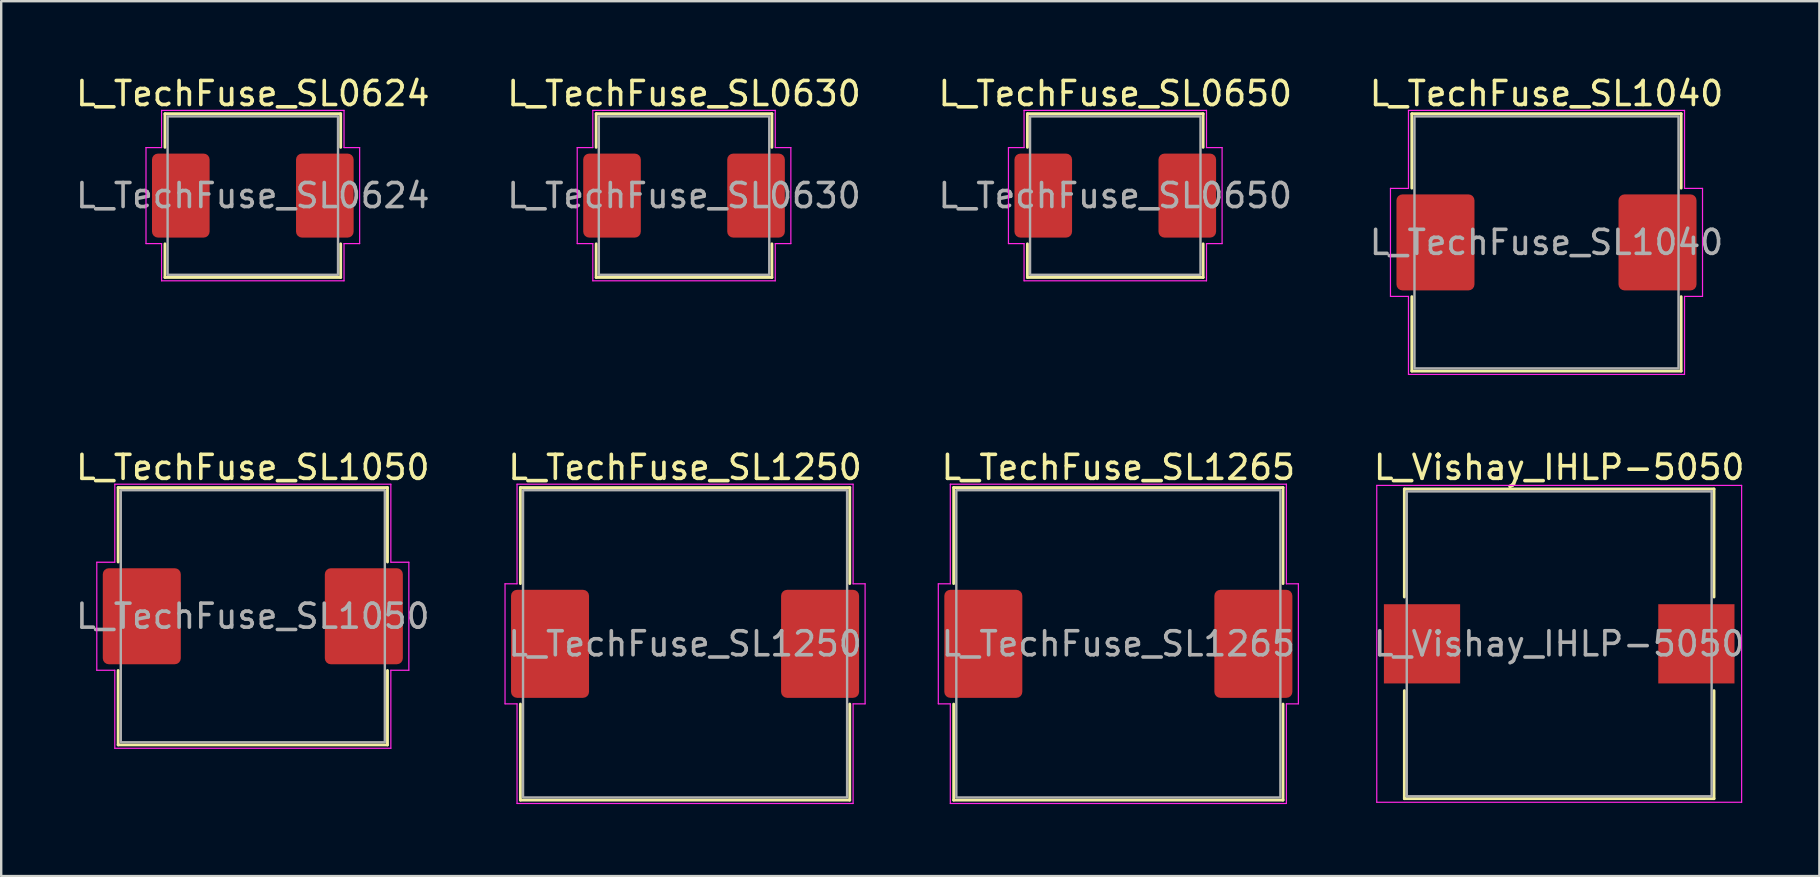
<source format=kicad_pcb>
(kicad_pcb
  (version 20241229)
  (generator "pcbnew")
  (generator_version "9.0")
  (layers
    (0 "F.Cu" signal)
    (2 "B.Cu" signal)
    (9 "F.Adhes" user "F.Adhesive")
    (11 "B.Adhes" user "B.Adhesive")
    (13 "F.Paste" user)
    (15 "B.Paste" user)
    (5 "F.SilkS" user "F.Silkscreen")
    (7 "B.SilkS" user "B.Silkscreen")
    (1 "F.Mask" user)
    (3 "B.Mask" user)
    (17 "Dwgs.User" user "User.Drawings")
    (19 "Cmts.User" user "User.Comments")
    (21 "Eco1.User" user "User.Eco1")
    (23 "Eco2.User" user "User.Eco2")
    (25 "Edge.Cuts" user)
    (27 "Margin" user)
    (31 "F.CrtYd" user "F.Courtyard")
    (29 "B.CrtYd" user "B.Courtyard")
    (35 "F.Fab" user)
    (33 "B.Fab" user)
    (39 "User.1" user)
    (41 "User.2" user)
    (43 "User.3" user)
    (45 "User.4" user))
  (footprint "L_TechFuse_SL0630"
    (layer "F.Cu")
    (at 25.446 5.098)
    (property "Reference" "L_TechFuse_SL0630" (at 0 -4.25 0) (layer "F.SilkS") (effects (font (size 1 1) (thickness 0.15))))
    (attr smd)
    (fp_line (start -3.66 -3.41) (end 3.66 -3.41) (stroke (width 0.12) (type solid)) (layer "F.SilkS"))
    (fp_line (start -3.66 -2.01) (end -3.66 -3.41) (stroke (width 0.12) (type solid)) (layer "F.SilkS"))
    (fp_line (start -3.66 3.41) (end -3.66 2.01) (stroke (width 0.12) (type solid)) (layer "F.SilkS"))
    (fp_line (start 3.66 -3.41) (end 3.66 -2.01) (stroke (width 0.12) (type solid)) (layer "F.SilkS"))
    (fp_line (start 3.66 2.01) (end 3.66 3.41) (stroke (width 0.12) (type solid)) (layer "F.SilkS"))
    (fp_line (start 3.66 3.41) (end -3.66 3.41) (stroke (width 0.12) (type solid)) (layer "F.SilkS"))
    (fp_line (start -4.45 -2) (end -3.8 -2) (stroke (width 0.05) (type solid)) (layer "F.CrtYd"))
    (fp_line (start -4.45 2) (end -4.45 -2) (stroke (width 0.05) (type solid)) (layer "F.CrtYd"))
    (fp_line (start -3.8 -3.55) (end 3.8 -3.55) (stroke (width 0.05) (type solid)) (layer "F.CrtYd"))
    (fp_line (start -3.8 -2) (end -3.8 -3.55) (stroke (width 0.05) (type solid)) (layer "F.CrtYd"))
    (fp_line (start -3.8 2) (end -4.45 2) (stroke (width 0.05) (type solid)) (layer "F.CrtYd"))
    (fp_line (start -3.8 3.55) (end -3.8 2) (stroke (width 0.05) (type solid)) (layer "F.CrtYd"))
    (fp_line (start 3.8 -3.55) (end 3.8 -2) (stroke (width 0.05) (type solid)) (layer "F.CrtYd"))
    (fp_line (start 3.8 -2) (end 4.45 -2) (stroke (width 0.05) (type solid)) (layer "F.CrtYd"))
    (fp_line (start 3.8 2) (end 3.8 3.55) (stroke (width 0.05) (type solid)) (layer "F.CrtYd"))
    (fp_line (start 3.8 3.55) (end -3.8 3.55) (stroke (width 0.05) (type solid)) (layer "F.CrtYd"))
    (fp_line (start 4.45 -2) (end 4.45 2) (stroke (width 0.05) (type solid)) (layer "F.CrtYd"))
    (fp_line (start 4.45 2) (end 3.8 2) (stroke (width 0.05) (type solid)) (layer "F.CrtYd"))
    (fp_rect (start -3.55 -3.3) (end 3.55 3.3) (stroke (width 0.1) (type solid)) (fill no) (layer "F.Fab"))
    (fp_text user "${REFERENCE}" (at 0 0 0) (layer "F.Fab") (effects (font (size 1 1) (thickness 0.15))))
    (pad "1" smd roundrect (at -3 0) (size 2.4 3.5) (layers "F.Cu" "F.Mask" "F.Paste") (roundrect_rratio 0.104))
    (pad "2" smd roundrect (at 3 0) (size 2.4 3.5) (layers "F.Cu" "F.Mask" "F.Paste") (roundrect_rratio 0.104)))
  (footprint "L_Vishay_IHLP-5050"
    (layer "F.Cu")
    (at 61.904 23.771)
    (property "Reference" "L_Vishay_IHLP-5050" (at 0 -7.35 0) (layer "F.SilkS") (effects (font (size 1 1) (thickness 0.15))))
    (attr smd)
    (fp_line (start -6.45 -6.45) (end 6.45 -6.45) (stroke (width 0.12) (type solid)) (layer "F.SilkS"))
    (fp_line (start -6.45 -1.95) (end -6.45 -6.45) (stroke (width 0.12) (type solid)) (layer "F.SilkS"))
    (fp_line (start -6.45 1.95) (end -6.45 6.45) (stroke (width 0.12) (type solid)) (layer "F.SilkS"))
    (fp_line (start -6.45 6.45) (end 6.45 6.45) (stroke (width 0.12) (type solid)) (layer "F.SilkS"))
    (fp_line (start 6.45 -6.45) (end 6.45 -1.95) (stroke (width 0.12) (type solid)) (layer "F.SilkS"))
    (fp_line (start 6.45 6.45) (end 6.45 1.95) (stroke (width 0.12) (type solid)) (layer "F.SilkS"))
    (fp_line (start -7.6 -6.6) (end -7.6 6.6) (stroke (width 0.05) (type solid)) (layer "F.CrtYd"))
    (fp_line (start -7.6 6.6) (end 7.6 6.6) (stroke (width 0.05) (type solid)) (layer "F.CrtYd"))
    (fp_line (start 7.6 -6.6) (end -7.6 -6.6) (stroke (width 0.05) (type solid)) (layer "F.CrtYd"))
    (fp_line (start 7.6 6.6) (end 7.6 -6.6) (stroke (width 0.05) (type solid)) (layer "F.CrtYd"))
    (fp_line (start -6.35 -6.35) (end -6.35 6.35) (stroke (width 0.1) (type solid)) (layer "F.Fab"))
    (fp_line (start -6.35 6.35) (end 6.35 6.35) (stroke (width 0.1) (type solid)) (layer "F.Fab"))
    (fp_line (start 6.35 -6.35) (end -6.35 -6.35) (stroke (width 0.1) (type solid)) (layer "F.Fab"))
    (fp_line (start 6.35 6.35) (end 6.35 -6.35) (stroke (width 0.1) (type solid)) (layer "F.Fab"))
    (fp_text user "${REFERENCE}" (at 0 0 0) (layer "F.Fab") (effects (font (size 1 1) (thickness 0.15))))
    (pad "1" smd rect (at -5.715 0) (size 3.175 3.3) (layers "F.Cu" "F.Mask" "F.Paste"))
    (pad "2" smd rect (at 5.715 0) (size 3.175 3.3) (layers "F.Cu" "F.Mask" "F.Paste")))
  (footprint "L_TechFuse_SL0624"
    (layer "F.Cu")
    (at 7.482 5.098)
    (property "Reference" "L_TechFuse_SL0624" (at 0 -4.25 0) (layer "F.SilkS") (effects (font (size 1 1) (thickness 0.15))))
    (attr smd)
    (fp_line (start -3.66 -3.41) (end 3.66 -3.41) (stroke (width 0.12) (type solid)) (layer "F.SilkS"))
    (fp_line (start -3.66 -2.01) (end -3.66 -3.41) (stroke (width 0.12) (type solid)) (layer "F.SilkS"))
    (fp_line (start -3.66 3.41) (end -3.66 2.01) (stroke (width 0.12) (type solid)) (layer "F.SilkS"))
    (fp_line (start 3.66 -3.41) (end 3.66 -2.01) (stroke (width 0.12) (type solid)) (layer "F.SilkS"))
    (fp_line (start 3.66 2.01) (end 3.66 3.41) (stroke (width 0.12) (type solid)) (layer "F.SilkS"))
    (fp_line (start 3.66 3.41) (end -3.66 3.41) (stroke (width 0.12) (type solid)) (layer "F.SilkS"))
    (fp_line (start -4.45 -2) (end -3.8 -2) (stroke (width 0.05) (type solid)) (layer "F.CrtYd"))
    (fp_line (start -4.45 2) (end -4.45 -2) (stroke (width 0.05) (type solid)) (layer "F.CrtYd"))
    (fp_line (start -3.8 -3.55) (end 3.8 -3.55) (stroke (width 0.05) (type solid)) (layer "F.CrtYd"))
    (fp_line (start -3.8 -2) (end -3.8 -3.55) (stroke (width 0.05) (type solid)) (layer "F.CrtYd"))
    (fp_line (start -3.8 2) (end -4.45 2) (stroke (width 0.05) (type solid)) (layer "F.CrtYd"))
    (fp_line (start -3.8 3.55) (end -3.8 2) (stroke (width 0.05) (type solid)) (layer "F.CrtYd"))
    (fp_line (start 3.8 -3.55) (end 3.8 -2) (stroke (width 0.05) (type solid)) (layer "F.CrtYd"))
    (fp_line (start 3.8 -2) (end 4.45 -2) (stroke (width 0.05) (type solid)) (layer "F.CrtYd"))
    (fp_line (start 3.8 2) (end 3.8 3.55) (stroke (width 0.05) (type solid)) (layer "F.CrtYd"))
    (fp_line (start 3.8 3.55) (end -3.8 3.55) (stroke (width 0.05) (type solid)) (layer "F.CrtYd"))
    (fp_line (start 4.45 -2) (end 4.45 2) (stroke (width 0.05) (type solid)) (layer "F.CrtYd"))
    (fp_line (start 4.45 2) (end 3.8 2) (stroke (width 0.05) (type solid)) (layer "F.CrtYd"))
    (fp_rect (start -3.55 -3.3) (end 3.55 3.3) (stroke (width 0.1) (type solid)) (fill no) (layer "F.Fab"))
    (fp_text user "${REFERENCE}" (at 0 0 0) (layer "F.Fab") (effects (font (size 1 1) (thickness 0.15))))
    (pad "1" smd roundrect (at -3 0) (size 2.4 3.5) (layers "F.Cu" "F.Mask" "F.Paste") (roundrect_rratio 0.104))
    (pad "2" smd roundrect (at 3 0) (size 2.4 3.5) (layers "F.Cu" "F.Mask" "F.Paste") (roundrect_rratio 0.104)))
  (footprint "L_TechFuse_SL1050"
    (layer "F.Cu")
    (at 7.482 22.622)
    (property "Reference" "L_TechFuse_SL1050" (at 0 -6.2 0) (layer "F.SilkS") (effects (font (size 1 1) (thickness 0.15))))
    (attr smd)
    (fp_line (start -5.61 -5.36) (end 5.61 -5.36) (stroke (width 0.12) (type solid)) (layer "F.SilkS"))
    (fp_line (start -5.61 -2.26) (end -5.61 -5.36) (stroke (width 0.12) (type solid)) (layer "F.SilkS"))
    (fp_line (start -5.61 5.36) (end -5.61 2.26) (stroke (width 0.12) (type solid)) (layer "F.SilkS"))
    (fp_line (start 5.61 -5.36) (end 5.61 -2.26) (stroke (width 0.12) (type solid)) (layer "F.SilkS"))
    (fp_line (start 5.61 2.26) (end 5.61 5.36) (stroke (width 0.12) (type solid)) (layer "F.SilkS"))
    (fp_line (start 5.61 5.36) (end -5.61 5.36) (stroke (width 0.12) (type solid)) (layer "F.SilkS"))
    (fp_line (start -6.5 -2.25) (end -5.75 -2.25) (stroke (width 0.05) (type solid)) (layer "F.CrtYd"))
    (fp_line (start -6.5 2.25) (end -6.5 -2.25) (stroke (width 0.05) (type solid)) (layer "F.CrtYd"))
    (fp_line (start -5.75 -5.5) (end 5.75 -5.5) (stroke (width 0.05) (type solid)) (layer "F.CrtYd"))
    (fp_line (start -5.75 -2.25) (end -5.75 -5.5) (stroke (width 0.05) (type solid)) (layer "F.CrtYd"))
    (fp_line (start -5.75 2.25) (end -6.5 2.25) (stroke (width 0.05) (type solid)) (layer "F.CrtYd"))
    (fp_line (start -5.75 5.5) (end -5.75 2.25) (stroke (width 0.05) (type solid)) (layer "F.CrtYd"))
    (fp_line (start 5.75 -5.5) (end 5.75 -2.25) (stroke (width 0.05) (type solid)) (layer "F.CrtYd"))
    (fp_line (start 5.75 -2.25) (end 6.5 -2.25) (stroke (width 0.05) (type solid)) (layer "F.CrtYd"))
    (fp_line (start 5.75 2.25) (end 5.75 5.5) (stroke (width 0.05) (type solid)) (layer "F.CrtYd"))
    (fp_line (start 5.75 5.5) (end -5.75 5.5) (stroke (width 0.05) (type solid)) (layer "F.CrtYd"))
    (fp_line (start 6.5 -2.25) (end 6.5 2.25) (stroke (width 0.05) (type solid)) (layer "F.CrtYd"))
    (fp_line (start 6.5 2.25) (end 5.75 2.25) (stroke (width 0.05) (type solid)) (layer "F.CrtYd"))
    (fp_rect (start -5.5 -5.25) (end 5.5 5.25) (stroke (width 0.1) (type solid)) (fill no) (layer "F.Fab"))
    (fp_text user "${REFERENCE}" (at 0 0 0) (layer "F.Fab") (effects (font (size 1 1) (thickness 0.15))))
    (pad "1" smd roundrect (at -4.625 0) (size 3.25 4) (layers "F.Cu" "F.Mask" "F.Paste") (roundrect_rratio 0.077))
    (pad "2" smd roundrect (at 4.625 0) (size 3.25 4) (layers "F.Cu" "F.Mask" "F.Paste") (roundrect_rratio 0.077)))
  (footprint "L_TechFuse_SL1040"
    (layer "F.Cu")
    (at 61.375 7.048)
    (property "Reference" "L_TechFuse_SL1040" (at 0 -6.2 0) (layer "F.SilkS") (effects (font (size 1 1) (thickness 0.15))))
    (attr smd)
    (fp_line (start -5.61 -5.36) (end 5.61 -5.36) (stroke (width 0.12) (type solid)) (layer "F.SilkS"))
    (fp_line (start -5.61 -2.26) (end -5.61 -5.36) (stroke (width 0.12) (type solid)) (layer "F.SilkS"))
    (fp_line (start -5.61 5.36) (end -5.61 2.26) (stroke (width 0.12) (type solid)) (layer "F.SilkS"))
    (fp_line (start 5.61 -5.36) (end 5.61 -2.26) (stroke (width 0.12) (type solid)) (layer "F.SilkS"))
    (fp_line (start 5.61 2.26) (end 5.61 5.36) (stroke (width 0.12) (type solid)) (layer "F.SilkS"))
    (fp_line (start 5.61 5.36) (end -5.61 5.36) (stroke (width 0.12) (type solid)) (layer "F.SilkS"))
    (fp_line (start -6.5 -2.25) (end -5.75 -2.25) (stroke (width 0.05) (type solid)) (layer "F.CrtYd"))
    (fp_line (start -6.5 2.25) (end -6.5 -2.25) (stroke (width 0.05) (type solid)) (layer "F.CrtYd"))
    (fp_line (start -5.75 -5.5) (end 5.75 -5.5) (stroke (width 0.05) (type solid)) (layer "F.CrtYd"))
    (fp_line (start -5.75 -2.25) (end -5.75 -5.5) (stroke (width 0.05) (type solid)) (layer "F.CrtYd"))
    (fp_line (start -5.75 2.25) (end -6.5 2.25) (stroke (width 0.05) (type solid)) (layer "F.CrtYd"))
    (fp_line (start -5.75 5.5) (end -5.75 2.25) (stroke (width 0.05) (type solid)) (layer "F.CrtYd"))
    (fp_line (start 5.75 -5.5) (end 5.75 -2.25) (stroke (width 0.05) (type solid)) (layer "F.CrtYd"))
    (fp_line (start 5.75 -2.25) (end 6.5 -2.25) (stroke (width 0.05) (type solid)) (layer "F.CrtYd"))
    (fp_line (start 5.75 2.25) (end 5.75 5.5) (stroke (width 0.05) (type solid)) (layer "F.CrtYd"))
    (fp_line (start 5.75 5.5) (end -5.75 5.5) (stroke (width 0.05) (type solid)) (layer "F.CrtYd"))
    (fp_line (start 6.5 -2.25) (end 6.5 2.25) (stroke (width 0.05) (type solid)) (layer "F.CrtYd"))
    (fp_line (start 6.5 2.25) (end 5.75 2.25) (stroke (width 0.05) (type solid)) (layer "F.CrtYd"))
    (fp_rect (start -5.5 -5.25) (end 5.5 5.25) (stroke (width 0.1) (type solid)) (fill no) (layer "F.Fab"))
    (fp_text user "${REFERENCE}" (at 0 0 0) (layer "F.Fab") (effects (font (size 1 1) (thickness 0.15))))
    (pad "1" smd roundrect (at -4.625 0) (size 3.25 4) (layers "F.Cu" "F.Mask" "F.Paste") (roundrect_rratio 0.077))
    (pad "2" smd roundrect (at 4.625 0) (size 3.25 4) (layers "F.Cu" "F.Mask" "F.Paste") (roundrect_rratio 0.077)))
  (footprint "L_TechFuse_SL0650"
    (layer "F.Cu")
    (at 43.411 5.098)
    (property "Reference" "L_TechFuse_SL0650" (at 0 -4.25 0) (layer "F.SilkS") (effects (font (size 1 1) (thickness 0.15))))
    (attr smd)
    (fp_line (start -3.66 -3.41) (end 3.66 -3.41) (stroke (width 0.12) (type solid)) (layer "F.SilkS"))
    (fp_line (start -3.66 -2.01) (end -3.66 -3.41) (stroke (width 0.12) (type solid)) (layer "F.SilkS"))
    (fp_line (start -3.66 3.41) (end -3.66 2.01) (stroke (width 0.12) (type solid)) (layer "F.SilkS"))
    (fp_line (start 3.66 -3.41) (end 3.66 -2.01) (stroke (width 0.12) (type solid)) (layer "F.SilkS"))
    (fp_line (start 3.66 2.01) (end 3.66 3.41) (stroke (width 0.12) (type solid)) (layer "F.SilkS"))
    (fp_line (start 3.66 3.41) (end -3.66 3.41) (stroke (width 0.12) (type solid)) (layer "F.SilkS"))
    (fp_line (start -4.45 -2) (end -3.8 -2) (stroke (width 0.05) (type solid)) (layer "F.CrtYd"))
    (fp_line (start -4.45 2) (end -4.45 -2) (stroke (width 0.05) (type solid)) (layer "F.CrtYd"))
    (fp_line (start -3.8 -3.55) (end 3.8 -3.55) (stroke (width 0.05) (type solid)) (layer "F.CrtYd"))
    (fp_line (start -3.8 -2) (end -3.8 -3.55) (stroke (width 0.05) (type solid)) (layer "F.CrtYd"))
    (fp_line (start -3.8 2) (end -4.45 2) (stroke (width 0.05) (type solid)) (layer "F.CrtYd"))
    (fp_line (start -3.8 3.55) (end -3.8 2) (stroke (width 0.05) (type solid)) (layer "F.CrtYd"))
    (fp_line (start 3.8 -3.55) (end 3.8 -2) (stroke (width 0.05) (type solid)) (layer "F.CrtYd"))
    (fp_line (start 3.8 -2) (end 4.45 -2) (stroke (width 0.05) (type solid)) (layer "F.CrtYd"))
    (fp_line (start 3.8 2) (end 3.8 3.55) (stroke (width 0.05) (type solid)) (layer "F.CrtYd"))
    (fp_line (start 3.8 3.55) (end -3.8 3.55) (stroke (width 0.05) (type solid)) (layer "F.CrtYd"))
    (fp_line (start 4.45 -2) (end 4.45 2) (stroke (width 0.05) (type solid)) (layer "F.CrtYd"))
    (fp_line (start 4.45 2) (end 3.8 2) (stroke (width 0.05) (type solid)) (layer "F.CrtYd"))
    (fp_rect (start -3.55 -3.3) (end 3.55 3.3) (stroke (width 0.1) (type solid)) (fill no) (layer "F.Fab"))
    (fp_text user "${REFERENCE}" (at 0 0 0) (layer "F.Fab") (effects (font (size 1 1) (thickness 0.15))))
    (pad "1" smd roundrect (at -3 0) (size 2.4 3.5) (layers "F.Cu" "F.Mask" "F.Paste") (roundrect_rratio 0.104))
    (pad "2" smd roundrect (at 3 0) (size 2.4 3.5) (layers "F.Cu" "F.Mask" "F.Paste") (roundrect_rratio 0.104)))
  (footprint "L_TechFuse_SL1250"
    (layer "F.Cu")
    (at 25.489 23.771)
    (property "Reference" "L_TechFuse_SL1250" (at 0 -7.35 0) (layer "F.SilkS") (effects (font (size 1 1) (thickness 0.15))))
    (attr smd)
    (fp_line (start -6.86 -6.51) (end 6.86 -6.51) (stroke (width 0.12) (type solid)) (layer "F.SilkS"))
    (fp_line (start -6.86 -2.51) (end -6.86 -6.51) (stroke (width 0.12) (type solid)) (layer "F.SilkS"))
    (fp_line (start -6.86 6.51) (end -6.86 2.51) (stroke (width 0.12) (type solid)) (layer "F.SilkS"))
    (fp_line (start 6.86 -6.51) (end 6.86 -2.51) (stroke (width 0.12) (type solid)) (layer "F.SilkS"))
    (fp_line (start 6.86 2.51) (end 6.86 6.51) (stroke (width 0.12) (type solid)) (layer "F.SilkS"))
    (fp_line (start 6.86 6.51) (end -6.86 6.51) (stroke (width 0.12) (type solid)) (layer "F.SilkS"))
    (fp_line (start -7.5 -2.5) (end -7 -2.5) (stroke (width 0.05) (type solid)) (layer "F.CrtYd"))
    (fp_line (start -7.5 2.5) (end -7.5 -2.5) (stroke (width 0.05) (type solid)) (layer "F.CrtYd"))
    (fp_line (start -7 -6.65) (end 7 -6.65) (stroke (width 0.05) (type solid)) (layer "F.CrtYd"))
    (fp_line (start -7 -2.5) (end -7 -6.65) (stroke (width 0.05) (type solid)) (layer "F.CrtYd"))
    (fp_line (start -7 2.5) (end -7.5 2.5) (stroke (width 0.05) (type solid)) (layer "F.CrtYd"))
    (fp_line (start -7 6.65) (end -7 2.5) (stroke (width 0.05) (type solid)) (layer "F.CrtYd"))
    (fp_line (start 7 -6.65) (end 7 -2.5) (stroke (width 0.05) (type solid)) (layer "F.CrtYd"))
    (fp_line (start 7 -2.5) (end 7.5 -2.5) (stroke (width 0.05) (type solid)) (layer "F.CrtYd"))
    (fp_line (start 7 2.5) (end 7 6.65) (stroke (width 0.05) (type solid)) (layer "F.CrtYd"))
    (fp_line (start 7 6.65) (end -7 6.65) (stroke (width 0.05) (type solid)) (layer "F.CrtYd"))
    (fp_line (start 7.5 -2.5) (end 7.5 2.5) (stroke (width 0.05) (type solid)) (layer "F.CrtYd"))
    (fp_line (start 7.5 2.5) (end 7 2.5) (stroke (width 0.05) (type solid)) (layer "F.CrtYd"))
    (fp_rect (start -6.75 -6.4) (end 6.75 6.4) (stroke (width 0.1) (type solid)) (fill no) (layer "F.Fab"))
    (fp_text user "${REFERENCE}" (at 0 0 0) (layer "F.Fab") (effects (font (size 1 1) (thickness 0.15))))
    (pad "1" smd roundrect (at -5.625 0) (size 3.25 4.5) (layers "F.Cu" "F.Mask" "F.Paste") (roundrect_rratio 0.077))
    (pad "2" smd roundrect (at 5.625 0) (size 3.25 4.5) (layers "F.Cu" "F.Mask" "F.Paste") (roundrect_rratio 0.077)))
  (footprint "L_TechFuse_SL1265"
    (layer "F.Cu")
    (at 43.539 23.771)
    (property "Reference" "L_TechFuse_SL1265" (at 0 -7.35 0) (layer "F.SilkS") (effects (font (size 1 1) (thickness 0.15))))
    (attr smd)
    (fp_line (start -6.86 -6.51) (end 6.86 -6.51) (stroke (width 0.12) (type solid)) (layer "F.SilkS"))
    (fp_line (start -6.86 -2.51) (end -6.86 -6.51) (stroke (width 0.12) (type solid)) (layer "F.SilkS"))
    (fp_line (start -6.86 6.51) (end -6.86 2.51) (stroke (width 0.12) (type solid)) (layer "F.SilkS"))
    (fp_line (start 6.86 -6.51) (end 6.86 -2.51) (stroke (width 0.12) (type solid)) (layer "F.SilkS"))
    (fp_line (start 6.86 2.51) (end 6.86 6.51) (stroke (width 0.12) (type solid)) (layer "F.SilkS"))
    (fp_line (start 6.86 6.51) (end -6.86 6.51) (stroke (width 0.12) (type solid)) (layer "F.SilkS"))
    (fp_line (start -7.5 -2.5) (end -7 -2.5) (stroke (width 0.05) (type solid)) (layer "F.CrtYd"))
    (fp_line (start -7.5 2.5) (end -7.5 -2.5) (stroke (width 0.05) (type solid)) (layer "F.CrtYd"))
    (fp_line (start -7 -6.65) (end 7 -6.65) (stroke (width 0.05) (type solid)) (layer "F.CrtYd"))
    (fp_line (start -7 -2.5) (end -7 -6.65) (stroke (width 0.05) (type solid)) (layer "F.CrtYd"))
    (fp_line (start -7 2.5) (end -7.5 2.5) (stroke (width 0.05) (type solid)) (layer "F.CrtYd"))
    (fp_line (start -7 6.65) (end -7 2.5) (stroke (width 0.05) (type solid)) (layer "F.CrtYd"))
    (fp_line (start 7 -6.65) (end 7 -2.5) (stroke (width 0.05) (type solid)) (layer "F.CrtYd"))
    (fp_line (start 7 -2.5) (end 7.5 -2.5) (stroke (width 0.05) (type solid)) (layer "F.CrtYd"))
    (fp_line (start 7 2.5) (end 7 6.65) (stroke (width 0.05) (type solid)) (layer "F.CrtYd"))
    (fp_line (start 7 6.65) (end -7 6.65) (stroke (width 0.05) (type solid)) (layer "F.CrtYd"))
    (fp_line (start 7.5 -2.5) (end 7.5 2.5) (stroke (width 0.05) (type solid)) (layer "F.CrtYd"))
    (fp_line (start 7.5 2.5) (end 7 2.5) (stroke (width 0.05) (type solid)) (layer "F.CrtYd"))
    (fp_rect (start -6.75 -6.4) (end 6.75 6.4) (stroke (width 0.1) (type solid)) (fill no) (layer "F.Fab"))
    (fp_text user "${REFERENCE}" (at 0 0 0) (layer "F.Fab") (effects (font (size 1 1) (thickness 0.15))))
    (pad "1" smd roundrect (at -5.625 0) (size 3.25 4.5) (layers "F.Cu" "F.Mask" "F.Paste") (roundrect_rratio 0.077))
    (pad "2" smd roundrect (at 5.625 0) (size 3.25 4.5) (layers "F.Cu" "F.Mask" "F.Paste") (roundrect_rratio 0.077)))
  (gr_rect
    (start -3 -3)
    (end 72.743 33.447)
    (stroke (width 0.1) (type default))
    (fill no)
    (layer "Edge.Cuts")))
</source>
